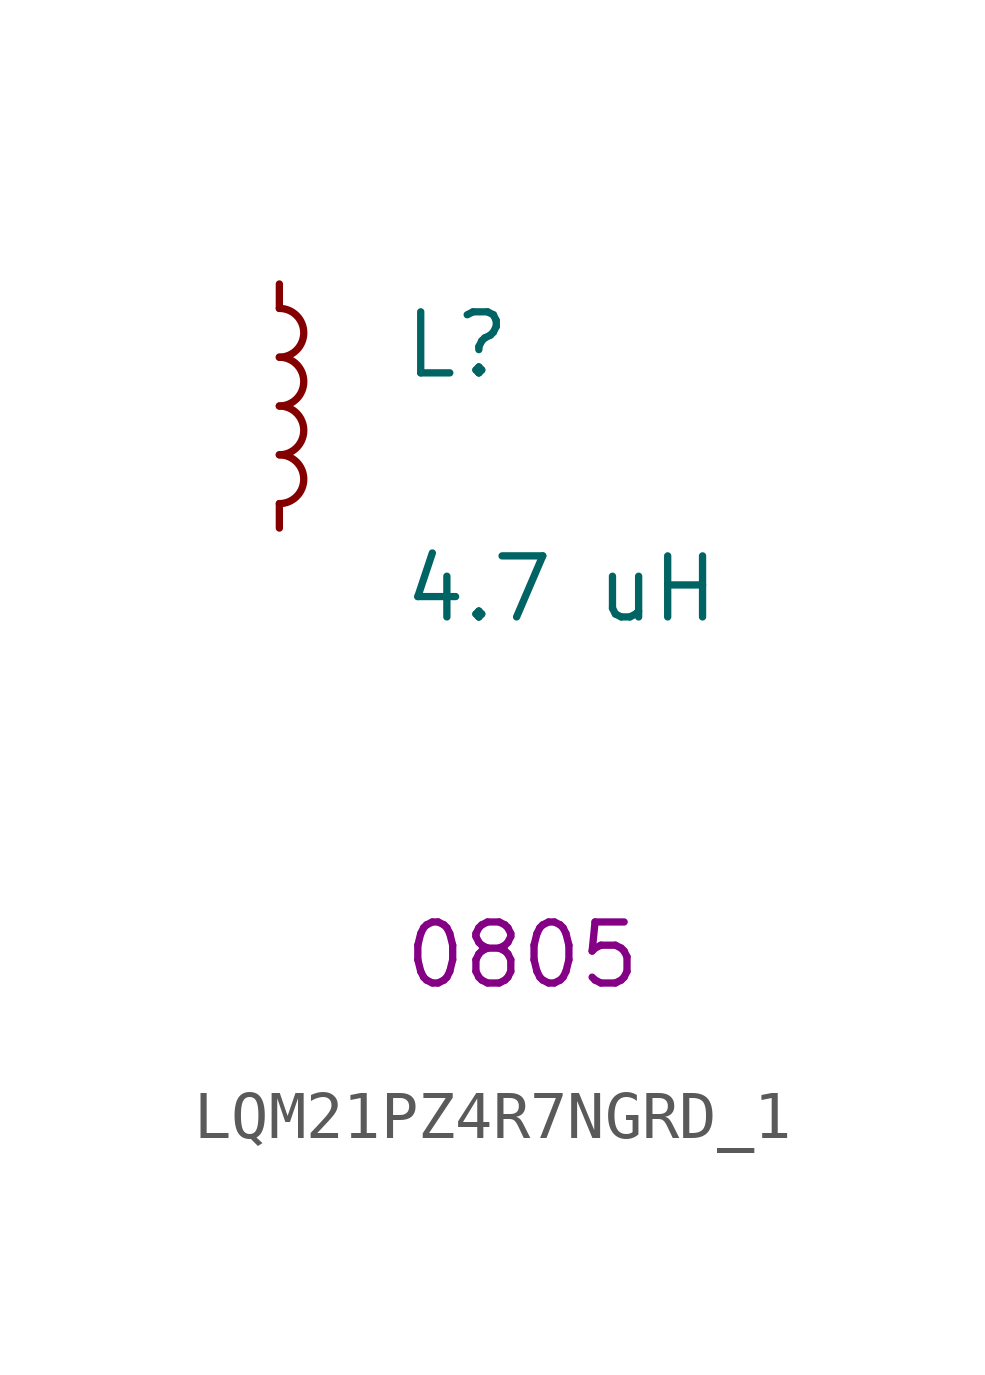
<source format=kicad_sym>
(kicad_symbol_lib
  (version 20231120)
  (generator "kicad_symbol_editor")
  (generator_version "8.0")
  (symbol "LQM21PZ4R7NGRD_1"
    (pin_numbers hide)
    (pin_names
      (offset 0.254) hide)
    (property "Reference" "L"
      (at 2.54 1.27 0)
      (effects (font (size 1.27 1.27)) (justify left)))
    (property "Value" "4.7 uH"
      (at 2.54 -3.81 0)
      (effects (font (size 1.27 1.27)) (justify left)))
    (property "Chip Set" "0805"
      (at 2.54 -11.43 0)
      (effects (font (size 1.27 1.27)) (justify left)))
    (symbol "LQM21PZ4R7NGRD_1_0_1"
      (arc (start 0 -2.032) (mid 0.5058 -1.524) (end 0 -1.016) (stroke (width 0) (type default)) (fill (type none)))
      (arc (start 0 -1.016) (mid 0.5058 -0.508) (end 0 0) (stroke (width 0) (type default)) (fill (type none)))
      (arc (start 0 0) (mid 0.5058 0.508) (end 0 1.016) (stroke (width 0) (type default)) (fill (type none)))
      (arc (start 0 1.016) (mid 0.5058 1.524) (end 0 2.032) (stroke (width 0) (type default)) (fill (type none))))
    (symbol "LQM21PZ4R7NGRD_1_1_1"
      (pin passive line (at 0 2.54 270) (length 0.508) (name "~" (effects (font (size 1.27 1.27)))) (number "1" (effects (font (size 1.27 1.27)))))
      (pin passive line (at 0 -2.54 90) (length 0.508) (name "~" (effects (font (size 1.27 1.27)))) (number "2" (effects (font (size 1.27 1.27))))))))
</source>
